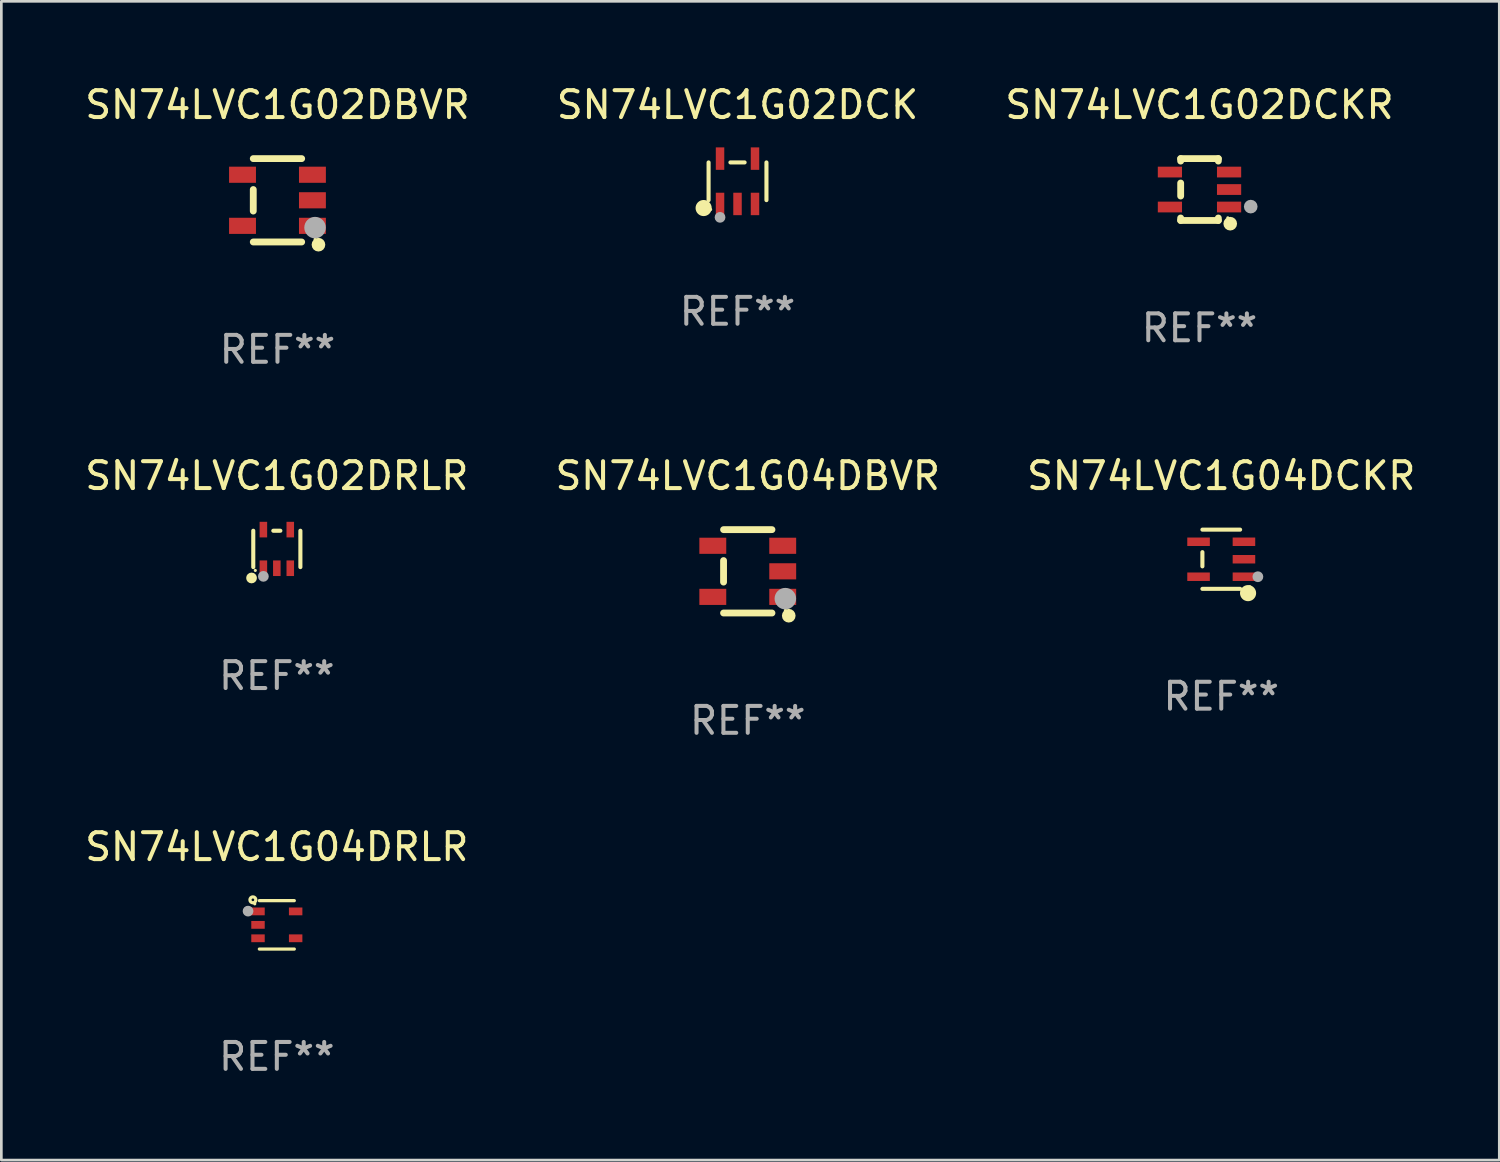
<source format=kicad_pcb>
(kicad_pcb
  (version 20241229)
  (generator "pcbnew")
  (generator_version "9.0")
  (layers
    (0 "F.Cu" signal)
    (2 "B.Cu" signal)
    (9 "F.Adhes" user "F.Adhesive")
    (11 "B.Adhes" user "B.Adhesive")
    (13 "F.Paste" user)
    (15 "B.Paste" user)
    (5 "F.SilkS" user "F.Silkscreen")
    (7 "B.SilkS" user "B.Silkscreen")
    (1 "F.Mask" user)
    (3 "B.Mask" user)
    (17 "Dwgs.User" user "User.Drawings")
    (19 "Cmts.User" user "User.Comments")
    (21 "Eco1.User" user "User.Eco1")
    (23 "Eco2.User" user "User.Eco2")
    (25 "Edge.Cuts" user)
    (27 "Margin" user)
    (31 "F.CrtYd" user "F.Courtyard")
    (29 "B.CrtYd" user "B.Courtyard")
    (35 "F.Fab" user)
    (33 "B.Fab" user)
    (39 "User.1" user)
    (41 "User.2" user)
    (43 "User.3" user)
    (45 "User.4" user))
  (footprint "SN74LVC1G02DRLR"
    (layer "F.Cu")
    (at 7.244 17.362)
    (property "Reference" "SN74LVC1G02DRLR" (at 0 -2.718 0) (layer "F.SilkS") (effects (font (size 1 1) (thickness 0.15))))
    (attr through_hole)
    (fp_line (start -0.876 0.676) (end -0.876 -0.676) (stroke (width 0.152) (type solid)) (layer "F.SilkS"))
    (fp_line (start 0.131 -0.676) (end -0.131 -0.676) (stroke (width 0.152) (type solid)) (layer "F.SilkS"))
    (fp_line (start 0.876 0.676) (end 0.876 -0.676) (stroke (width 0.152) (type solid)) (layer "F.SilkS"))
    (fp_circle (center -0.94 1.08) (end -0.84 1.08) (stroke (width 0.2) (type solid)) (fill no) (layer "F.SilkS"))
    (fp_circle (center -0.8 0.8) (end -0.77 0.8) (stroke (width 0.06) (type solid)) (fill no) (layer "F.SilkS"))
    (fp_circle (center -0.5 1.02) (end -0.4 1.02) (stroke (width 0.2) (type solid)) (fill no) (layer "F.Fab"))
    (fp_text user "REF**" (at 0 4.718 0) (layer "F.Fab") (effects (font (size 1 1) (thickness 0.15))))
    (pad "1" smd rect (at -0.5 0.718) (size 0.28 0.58) (layers "F.Cu" "F.Mask" "F.Paste"))
    (pad "2" smd rect (at -0.000102 0.718) (size 0.28 0.58) (layers "F.Cu" "F.Mask" "F.Paste"))
    (pad "3" smd rect (at 0.5 0.718) (size 0.28 0.58) (layers "F.Cu" "F.Mask" "F.Paste"))
    (pad "4" smd rect (at 0.5 -0.718) (size 0.28 0.58) (layers "F.Cu" "F.Mask" "F.Paste"))
    (pad "5" smd rect (at -0.5 -0.718) (size 0.28 0.58) (layers "F.Cu" "F.Mask" "F.Paste")))
  (footprint "SN74LVC1G02DBVR"
    (layer "F.Cu")
    (at 7.268 4.398)
    (property "Reference" "SN74LVC1G02DBVR" (at 0 -3.55 0) (layer "F.SilkS") (effects (font (size 1 1) (thickness 0.15))))
    (attr through_hole)
    (fp_line (start -0.9 -1.55) (end 0.9 -1.55) (stroke (width 0.254) (type solid)) (layer "F.SilkS"))
    (fp_line (start -0.9 0.4) (end -0.9 -0.4) (stroke (width 0.254) (type solid)) (layer "F.SilkS"))
    (fp_line (start -0.9 1.55) (end 0.9 1.55) (stroke (width 0.254) (type solid)) (layer "F.SilkS"))
    (fp_circle (center 1.4 1.45) (end 1.43 1.45) (stroke (width 0.06) (type solid)) (fill no) (layer "F.SilkS"))
    (fp_circle (center 1.524 1.651) (end 1.651 1.651) (stroke (width 0.254) (type solid)) (fill no) (layer "F.SilkS"))
    (fp_circle (center 1.397 1.016) (end 1.597 1.016) (stroke (width 0.4) (type solid)) (fill no) (layer "F.Fab"))
    (fp_text user "REF**" (at 0 5.55 0) (layer "F.Fab") (effects (font (size 1 1) (thickness 0.15))))
    (pad "1" smd rect (at 1.3 0.95) (size 1 0.6) (layers "F.Cu" "F.Mask" "F.Paste"))
    (pad "2" smd rect (at 1.3 -0.000051) (size 1 0.6) (layers "F.Cu" "F.Mask" "F.Paste"))
    (pad "3" smd rect (at 1.3 -0.95) (size 1 0.6) (layers "F.Cu" "F.Mask" "F.Paste"))
    (pad "4" smd rect (at -1.3 -0.95) (size 1 0.6) (layers "F.Cu" "F.Mask" "F.Paste"))
    (pad "5" smd rect (at -1.3 0.95) (size 1 0.6) (layers "F.Cu" "F.Mask" "F.Paste")))
  (footprint "SN74LVC1G04DCKR"
    (layer "F.Cu")
    (at 42.363 17.746)
    (property "Reference" "SN74LVC1G04DCKR" (at 0 -3.101 0) (layer "F.SilkS") (effects (font (size 1 1) (thickness 0.15))))
    (attr through_hole)
    (fp_line (start -0.701 -0.264) (end -0.701 0.264) (stroke (width 0.152) (type solid)) (layer "F.SilkS"))
    (fp_line (start 0.701 -1.101) (end -0.701 -1.101) (stroke (width 0.152) (type solid)) (layer "F.SilkS"))
    (fp_line (start 0.701 1.101) (end -0.701 1.101) (stroke (width 0.152) (type solid)) (layer "F.SilkS"))
    (fp_circle (center 0.997 1.26) (end 1.147 1.26) (stroke (width 0.3) (type solid)) (fill no) (layer "F.SilkS"))
    (fp_circle (center 1.063 1.025) (end 1.093 1.025) (stroke (width 0.06) (type solid)) (fill no) (layer "F.SilkS"))
    (fp_circle (center 1.362 0.65) (end 1.463 0.65) (stroke (width 0.2) (type solid)) (fill no) (layer "F.Fab"))
    (fp_text user "REF**" (at 0 5.101 0) (layer "F.Fab") (effects (font (size 1 1) (thickness 0.15))))
    (pad "1" smd rect (at 0.844 0.65) (size 0.839 0.315) (layers "F.Cu" "F.Mask" "F.Paste"))
    (pad "2" smd rect (at 0.844 0) (size 0.839 0.315) (layers "F.Cu" "F.Mask" "F.Paste"))
    (pad "3" smd rect (at 0.844 -0.65) (size 0.839 0.315) (layers "F.Cu" "F.Mask" "F.Paste"))
    (pad "4" smd rect (at -0.844 -0.65) (size 0.839 0.315) (layers "F.Cu" "F.Mask" "F.Paste"))
    (pad "5" smd rect (at -0.844 0.65) (size 0.839 0.315) (layers "F.Cu" "F.Mask" "F.Paste")))
  (footprint "SN74LVC1G04DRLR"
    (layer "F.Cu")
    (at 7.244 31.341)
    (property "Reference" "SN74LVC1G04DRLR" (at 0 -2.9 0) (layer "F.SilkS") (effects (font (size 1 1) (thickness 0.15))))
    (attr through_hole)
    (fp_line (start 0.65 -0.9) (end -0.65 -0.9) (stroke (width 0.12) (type solid)) (layer "F.SilkS"))
    (fp_line (start 0.65 0.9) (end -0.65 0.9) (stroke (width 0.12) (type solid)) (layer "F.SilkS"))
    (fp_circle (center -0.89 -0.93) (end -0.84 -0.93) (stroke (width 0.12) (type solid)) (fill no) (layer "F.SilkS"))
    (fp_circle (center -0.82 -0.78) (end -0.79 -0.78) (stroke (width 0.06) (type solid)) (fill no) (layer "F.SilkS"))
    (fp_arc (start -1.120142 -0.50983) (mid -1.070104 -0.559868) (end -1.020066 -0.50983) (stroke (width 0.254001) (type solid)) (layer "F.Fab"))
    (fp_arc (start -1.120142 -0.50983) (mid -1.070104 -0.521642) (end -1.020066 -0.50983) (stroke (width 0.254001) (type solid)) (layer "F.Fab"))
    (fp_circle (center -1.07 -0.51) (end -0.97 -0.51) (stroke (width 0.2) (type solid)) (fill no) (layer "F.Fab"))
    (fp_text user "REF**" (at 0 4.9 0) (layer "F.Fab") (effects (font (size 1 1) (thickness 0.15))))
    (pad "1" smd rect (at -0.7 -0.5) (size 0.5 0.29) (layers "F.Cu" "F.Mask" "F.Paste"))
    (pad "2" smd rect (at -0.7 0.000457) (size 0.5 0.29) (layers "F.Cu" "F.Mask" "F.Paste"))
    (pad "3" smd rect (at -0.7 0.5) (size 0.5 0.29) (layers "F.Cu" "F.Mask" "F.Paste"))
    (pad "4" smd rect (at 0.7 0.5) (size 0.5 0.29) (layers "F.Cu" "F.Mask" "F.Paste"))
    (pad "5" smd rect (at 0.7 -0.5) (size 0.5 0.29) (layers "F.Cu" "F.Mask" "F.Paste")))
  (footprint "SN74LVC1G02DCK"
    (layer "F.Cu")
    (at 24.375 3.691)
    (property "Reference" "SN74LVC1G02DCK" (at 0 -2.843 0) (layer "F.SilkS") (effects (font (size 1 1) (thickness 0.15))))
    (attr through_hole)
    (fp_line (start -1.076 0.701) (end -1.076 -0.701) (stroke (width 0.152) (type solid)) (layer "F.SilkS"))
    (fp_line (start 0.264 -0.701) (end -0.264 -0.701) (stroke (width 0.152) (type solid)) (layer "F.SilkS"))
    (fp_line (start 1.076 0.701) (end 1.076 -0.701) (stroke (width 0.152) (type solid)) (layer "F.SilkS"))
    (fp_circle (center -1.26 0.995) (end -1.11 0.995) (stroke (width 0.3) (type solid)) (fill no) (layer "F.SilkS"))
    (fp_circle (center -1 1.05) (end -0.97 1.05) (stroke (width 0.06) (type solid)) (fill no) (layer "F.SilkS"))
    (fp_circle (center -0.65 1.341) (end -0.55 1.341) (stroke (width 0.2) (type solid)) (fill no) (layer "F.Fab"))
    (fp_text user "REF**" (at 0 4.843 0) (layer "F.Fab") (effects (font (size 1 1) (thickness 0.15))))
    (pad "1" smd rect (at -0.65 0.843) (size 0.315 0.835) (layers "F.Cu" "F.Mask" "F.Paste"))
    (pad "2" smd rect (at 0.00014 0.843) (size 0.315 0.835) (layers "F.Cu" "F.Mask" "F.Paste"))
    (pad "3" smd rect (at 0.65 0.843) (size 0.315 0.835) (layers "F.Cu" "F.Mask" "F.Paste"))
    (pad "4" smd rect (at 0.65 -0.843) (size 0.315 0.835) (layers "F.Cu" "F.Mask" "F.Paste"))
    (pad "5" smd rect (at -0.65 -0.843) (size 0.315 0.835) (layers "F.Cu" "F.Mask" "F.Paste")))
  (footprint "SN74LVC1G04DBVR"
    (layer "F.Cu")
    (at 24.756 18.195)
    (property "Reference" "SN74LVC1G04DBVR" (at 0 -3.55 0) (layer "F.SilkS") (effects (font (size 1 1) (thickness 0.15))))
    (attr through_hole)
    (fp_line (start -0.9 -1.55) (end 0.9 -1.55) (stroke (width 0.254) (type solid)) (layer "F.SilkS"))
    (fp_line (start -0.9 0.4) (end -0.9 -0.4) (stroke (width 0.254) (type solid)) (layer "F.SilkS"))
    (fp_line (start -0.9 1.55) (end 0.9 1.55) (stroke (width 0.254) (type solid)) (layer "F.SilkS"))
    (fp_circle (center 1.4 1.45) (end 1.43 1.45) (stroke (width 0.06) (type solid)) (fill no) (layer "F.SilkS"))
    (fp_circle (center 1.524 1.651) (end 1.651 1.651) (stroke (width 0.254) (type solid)) (fill no) (layer "F.SilkS"))
    (fp_circle (center 1.397 1.016) (end 1.597 1.016) (stroke (width 0.4) (type solid)) (fill no) (layer "F.Fab"))
    (fp_text user "REF**" (at 0 5.55 0) (layer "F.Fab") (effects (font (size 1 1) (thickness 0.15))))
    (pad "1" smd rect (at 1.3 0.95) (size 1 0.6) (layers "F.Cu" "F.Mask" "F.Paste"))
    (pad "2" smd rect (at 1.3 -0.000051) (size 1 0.6) (layers "F.Cu" "F.Mask" "F.Paste"))
    (pad "3" smd rect (at 1.3 -0.95) (size 1 0.6) (layers "F.Cu" "F.Mask" "F.Paste"))
    (pad "4" smd rect (at -1.3 -0.95) (size 1 0.6) (layers "F.Cu" "F.Mask" "F.Paste"))
    (pad "5" smd rect (at -1.3 0.95) (size 1 0.6) (layers "F.Cu" "F.Mask" "F.Paste")))
  (footprint "SN74LVC1G02DCKR"
    (layer "F.Cu")
    (at 41.554 3.998)
    (property "Reference" "SN74LVC1G02DCKR" (at 0 -3.15 0) (layer "F.SilkS") (effects (font (size 1 1) (thickness 0.15))))
    (attr through_hole)
    (fp_line (start -0.7 -1.15) (end 0.7 -1.15) (stroke (width 0.254) (type solid)) (layer "F.SilkS"))
    (fp_line (start -0.7 -1.058) (end -0.7 -1.15) (stroke (width 0.254) (type solid)) (layer "F.SilkS"))
    (fp_line (start -0.7 0.242) (end -0.7 -0.242) (stroke (width 0.254) (type solid)) (layer "F.SilkS"))
    (fp_line (start -0.7 1.15) (end -0.7 1.058) (stroke (width 0.254) (type solid)) (layer "F.SilkS"))
    (fp_line (start -0.7 1.15) (end 0.7 1.15) (stroke (width 0.254) (type solid)) (layer "F.SilkS"))
    (fp_line (start 0.7 -1.058) (end 0.7 -1.15) (stroke (width 0.254) (type solid)) (layer "F.SilkS"))
    (fp_line (start 0.7 1.15) (end 0.7 1.058) (stroke (width 0.254) (type solid)) (layer "F.SilkS"))
    (fp_circle (center 1.053 1.052) (end 1.083 1.052) (stroke (width 0.06) (type solid)) (fill no) (layer "F.SilkS"))
    (fp_circle (center 1.143 1.27) (end 1.27 1.27) (stroke (width 0.254) (type solid)) (fill no) (layer "F.SilkS"))
    (fp_circle (center 1.905 0.635) (end 2.032 0.635) (stroke (width 0.254) (type solid)) (fill no) (layer "F.Fab"))
    (fp_text user "REF**" (at 0 5.15 0) (layer "F.Fab") (effects (font (size 1 1) (thickness 0.15))))
    (pad "1" smd rect (at 1.1 0.65 90) (size 0.4 0.9) (layers "F.Cu" "F.Mask" "F.Paste"))
    (pad "2" smd rect (at 1.1 0.000076 90) (size 0.4 0.9) (layers "F.Cu" "F.Mask" "F.Paste"))
    (pad "3" smd rect (at 1.1 -0.65 90) (size 0.4 0.9) (layers "F.Cu" "F.Mask" "F.Paste"))
    (pad "4" smd rect (at -1.1 -0.65 90) (size 0.4 0.9) (layers "F.Cu" "F.Mask" "F.Paste"))
    (pad "5" smd rect (at -1.1 0.65 90) (size 0.4 0.9) (layers "F.Cu" "F.Mask" "F.Paste")))
  (gr_rect
    (start -3 -3)
    (end 52.702 40.089)
    (stroke (width 0.1) (type default))
    (fill no)
    (layer "Edge.Cuts")))
</source>
